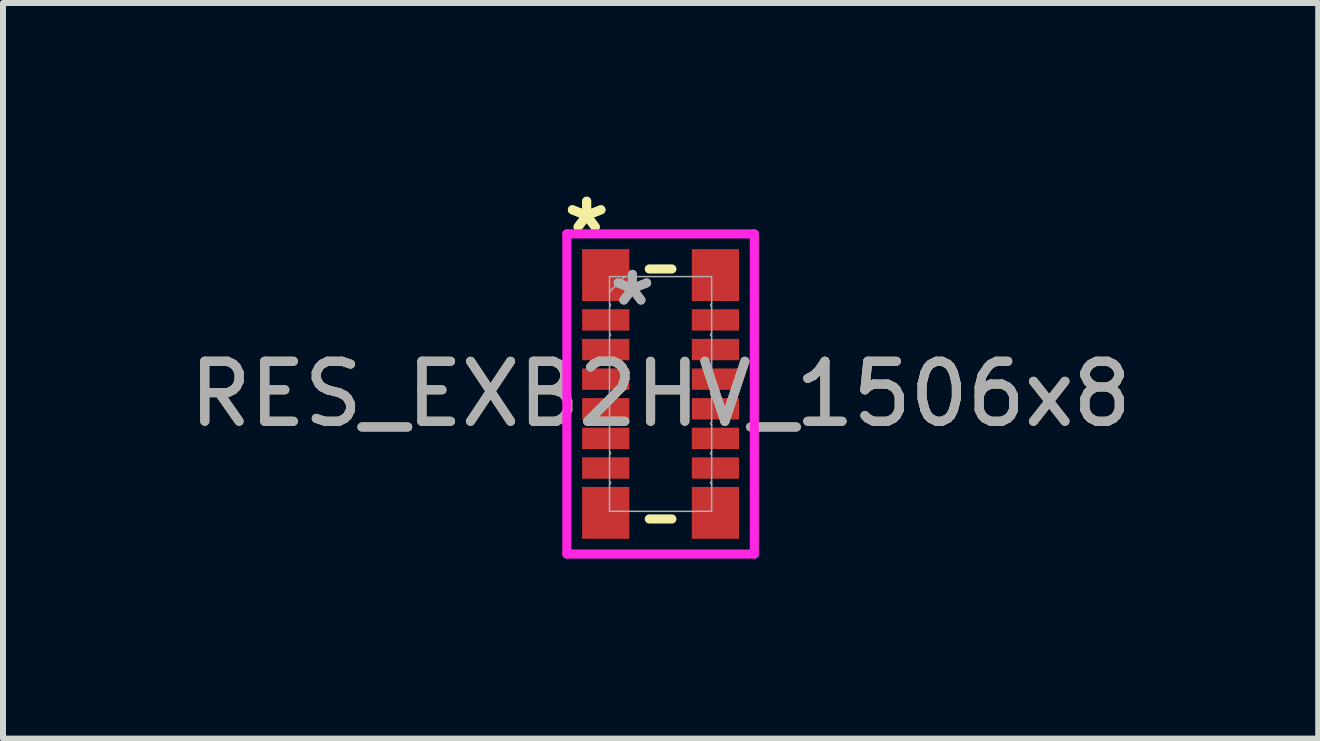
<source format=kicad_pcb>
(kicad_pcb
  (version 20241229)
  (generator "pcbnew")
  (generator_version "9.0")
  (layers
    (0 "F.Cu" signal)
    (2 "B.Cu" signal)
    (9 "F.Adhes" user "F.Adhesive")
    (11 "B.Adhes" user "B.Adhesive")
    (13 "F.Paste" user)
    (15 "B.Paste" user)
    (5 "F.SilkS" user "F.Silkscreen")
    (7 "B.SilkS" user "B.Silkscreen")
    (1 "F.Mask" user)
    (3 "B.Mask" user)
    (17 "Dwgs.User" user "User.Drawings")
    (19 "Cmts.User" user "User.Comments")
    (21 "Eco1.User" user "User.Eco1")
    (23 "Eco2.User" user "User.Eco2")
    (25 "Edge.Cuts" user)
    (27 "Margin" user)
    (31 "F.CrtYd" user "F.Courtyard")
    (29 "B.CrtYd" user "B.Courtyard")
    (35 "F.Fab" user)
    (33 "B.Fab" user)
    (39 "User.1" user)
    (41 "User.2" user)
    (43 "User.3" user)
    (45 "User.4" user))
  (footprint "RES_EXB2HV_1506x8"
    (layer "F.Cu")
    (at 7.958 3.515)
    (property "Reference" "RES_EXB2HV_1506x8" (at 0 0 0) (unlocked yes) (layer "F.SilkS") (effects (font (size 1 1) (thickness 0.15))))
    (attr smd)
    (fp_line (start -0.188 -2.083) (end 0.188 -2.083) (stroke (width 0.152) (type solid)) (layer "F.SilkS"))
    (fp_line (start -0.188 2.083) (end 0.188 2.083) (stroke (width 0.152) (type solid)) (layer "F.SilkS"))
    (fp_line (start -1.562 -2.667) (end 1.562 -2.667) (stroke (width 0.152) (type solid)) (layer "F.CrtYd"))
    (fp_line (start -1.562 2.667) (end -1.562 -2.667) (stroke (width 0.152) (type solid)) (layer "F.CrtYd"))
    (fp_line (start 1.562 -2.667) (end 1.562 2.667) (stroke (width 0.152) (type solid)) (layer "F.CrtYd"))
    (fp_line (start 1.562 2.667) (end -1.562 2.667) (stroke (width 0.152) (type solid)) (layer "F.CrtYd"))
    (fp_line (start -0.851 -1.956) (end 0.851 -1.956) (stroke (width 0.025) (type solid)) (layer "F.Fab"))
    (fp_line (start -0.851 -1.499) (end -0.851 -1.956) (stroke (width 0.025) (type solid)) (layer "F.Fab"))
    (fp_line (start -0.851 -1.462) (end -0.851 -1.005) (stroke (width 0.025) (type solid)) (layer "F.Fab"))
    (fp_line (start -0.851 -0.969) (end -0.851 -0.512) (stroke (width 0.025) (type solid)) (layer "F.Fab"))
    (fp_line (start -0.851 -0.475) (end -0.851 -0.018) (stroke (width 0.025) (type solid)) (layer "F.Fab"))
    (fp_line (start -0.851 0.018) (end -0.851 0.475) (stroke (width 0.025) (type solid)) (layer "F.Fab"))
    (fp_line (start -0.851 0.512) (end -0.851 0.969) (stroke (width 0.025) (type solid)) (layer "F.Fab"))
    (fp_line (start -0.851 1.005) (end -0.851 1.463) (stroke (width 0.025) (type solid)) (layer "F.Fab"))
    (fp_line (start -0.851 1.499) (end -0.851 1.956) (stroke (width 0.025) (type solid)) (layer "F.Fab"))
    (fp_line (start -0.851 1.499) (end -0.851 1.499) (stroke (width 0.025) (type solid)) (layer "F.Fab"))
    (fp_line (start -0.851 1.956) (end 0.851 1.956) (stroke (width 0.025) (type solid)) (layer "F.Fab"))
    (fp_line (start -0.597 -1.956) (end -0.851 -1.702) (stroke (width 0.025) (type solid)) (layer "F.Fab"))
    (fp_line (start 0.851 -1.499) (end 0.851 -1.956) (stroke (width 0.025) (type solid)) (layer "F.Fab"))
    (fp_line (start 0.851 -1.462) (end 0.851 -1.005) (stroke (width 0.025) (type solid)) (layer "F.Fab"))
    (fp_line (start 0.851 -0.969) (end 0.851 -0.512) (stroke (width 0.025) (type solid)) (layer "F.Fab"))
    (fp_line (start 0.851 -0.475) (end 0.851 -0.018) (stroke (width 0.025) (type solid)) (layer "F.Fab"))
    (fp_line (start 0.851 0.018) (end 0.851 0.475) (stroke (width 0.025) (type solid)) (layer "F.Fab"))
    (fp_line (start 0.851 0.512) (end 0.851 0.969) (stroke (width 0.025) (type solid)) (layer "F.Fab"))
    (fp_line (start 0.851 1.005) (end 0.851 1.463) (stroke (width 0.025) (type solid)) (layer "F.Fab"))
    (fp_line (start 0.851 1.499) (end 0.851 1.956) (stroke (width 0.025) (type solid)) (layer "F.Fab"))
    (fp_line (start 0.851 1.499) (end 0.851 1.499) (stroke (width 0.025) (type solid)) (layer "F.Fab"))
    (fp_arc (start -0.8509 -1.4986) (mid -0.832739 -1.480439) (end -0.8509 -1.462278) (stroke (width 0.0254) (type solid)) (layer "F.Fab"))
    (fp_arc (start -0.8509 -1.005078) (mid -0.832739 -0.986917) (end -0.8509 -0.968756) (stroke (width 0.0254) (type solid)) (layer "F.Fab"))
    (fp_arc (start -0.8509 -0.511556) (mid -0.832739 -0.493395) (end -0.8509 -0.475234) (stroke (width 0.0254) (type solid)) (layer "F.Fab"))
    (fp_arc (start -0.8509 -0.018034) (mid -0.832739 0.000127) (end -0.8509 0.018288) (stroke (width 0.0254) (type solid)) (layer "F.Fab"))
    (fp_arc (start -0.8509 0.475488) (mid -0.832739 0.493649) (end -0.8509 0.51181) (stroke (width 0.0254) (type solid)) (layer "F.Fab"))
    (fp_arc (start -0.8509 0.96901) (mid -0.832739 0.987171) (end -0.8509 1.005332) (stroke (width 0.0254) (type solid)) (layer "F.Fab"))
    (fp_arc (start -0.8509 1.462532) (mid -0.832739 1.480693) (end -0.8509 1.498854) (stroke (width 0.0254) (type solid)) (layer "F.Fab"))
    (fp_arc (start 0.8509 -1.462278) (mid 0.832739 -1.480439) (end 0.8509 -1.4986) (stroke (width 0.0254) (type solid)) (layer "F.Fab"))
    (fp_arc (start 0.8509 -0.968756) (mid 0.832739 -0.986917) (end 0.8509 -1.005078) (stroke (width 0.0254) (type solid)) (layer "F.Fab"))
    (fp_arc (start 0.8509 -0.475234) (mid 0.832739 -0.493395) (end 0.8509 -0.511556) (stroke (width 0.0254) (type solid)) (layer "F.Fab"))
    (fp_arc (start 0.8509 0.018288) (mid 0.832739 0.000127) (end 0.8509 -0.018034) (stroke (width 0.0254) (type solid)) (layer "F.Fab"))
    (fp_arc (start 0.8509 0.51181) (mid 0.832739 0.493649) (end 0.8509 0.475488) (stroke (width 0.0254) (type solid)) (layer "F.Fab"))
    (fp_arc (start 0.8509 1.005332) (mid 0.832739 0.987171) (end 0.8509 0.96901) (stroke (width 0.0254) (type solid)) (layer "F.Fab"))
    (fp_arc (start 0.8509 1.498854) (mid 0.832739 1.480693) (end 0.8509 1.462532) (stroke (width 0.0254) (type solid)) (layer "F.Fab"))
    (fp_text user "*" (at -1.232 -2.667 0) (unlocked yes) (layer "F.SilkS") (effects (font (size 1 1) (thickness 0.15))))
    (fp_text user "*" (at -1.232 -2.667 0) (layer "F.SilkS") (effects (font (size 1 1) (thickness 0.15))))
    (fp_text user "*" (at -0.47 -1.448 0) (layer "F.Fab") (effects (font (size 1 1) (thickness 0.15))))
    (fp_text user "*" (at -0.47 -1.448 0) (unlocked yes) (layer "F.Fab") (effects (font (size 1 1) (thickness 0.15))))
    (fp_text user "${REFERENCE}" (at 0 0 0) (unlocked yes) (layer "F.Fab") (effects (font (size 1 1) (thickness 0.15))))
    (pad "1" smd rect (at -0.914 -1.981) (size 0.787 0.864) (layers "F.Cu" "F.Mask" "F.Paste"))
    (pad "2" smd rect (at -0.914 -1.234) (size 0.787 0.356) (layers "F.Cu" "F.Mask" "F.Paste"))
    (pad "3" smd rect (at -0.914 -0.74) (size 0.787 0.356) (layers "F.Cu" "F.Mask" "F.Paste"))
    (pad "4" smd rect (at -0.914 -0.247) (size 0.787 0.356) (layers "F.Cu" "F.Mask" "F.Paste"))
    (pad "5" smd rect (at -0.914 0.247) (size 0.787 0.356) (layers "F.Cu" "F.Mask" "F.Paste"))
    (pad "6" smd rect (at -0.914 0.74) (size 0.787 0.356) (layers "F.Cu" "F.Mask" "F.Paste"))
    (pad "7" smd rect (at -0.914 1.234) (size 0.787 0.356) (layers "F.Cu" "F.Mask" "F.Paste"))
    (pad "8" smd rect (at -0.914 1.981) (size 0.787 0.864) (layers "F.Cu" "F.Mask" "F.Paste"))
    (pad "9" smd rect (at 0.914 1.981) (size 0.787 0.864) (layers "F.Cu" "F.Mask" "F.Paste"))
    (pad "10" smd rect (at 0.914 1.234) (size 0.787 0.356) (layers "F.Cu" "F.Mask" "F.Paste"))
    (pad "11" smd rect (at 0.914 0.74) (size 0.787 0.356) (layers "F.Cu" "F.Mask" "F.Paste"))
    (pad "12" smd rect (at 0.914 0.247) (size 0.787 0.356) (layers "F.Cu" "F.Mask" "F.Paste"))
    (pad "13" smd rect (at 0.914 -0.247) (size 0.787 0.356) (layers "F.Cu" "F.Mask" "F.Paste"))
    (pad "14" smd rect (at 0.914 -0.74) (size 0.787 0.356) (layers "F.Cu" "F.Mask" "F.Paste"))
    (pad "15" smd rect (at 0.914 -1.234) (size 0.787 0.356) (layers "F.Cu" "F.Mask" "F.Paste"))
    (pad "16" smd rect (at 0.914 -1.981) (size 0.787 0.864) (layers "F.Cu" "F.Mask" "F.Paste")))
  (gr_rect
    (start -3 -3)
    (end 18.917 9.258)
    (stroke (width 0.1) (type default))
    (fill no)
    (layer "Edge.Cuts")))
</source>
